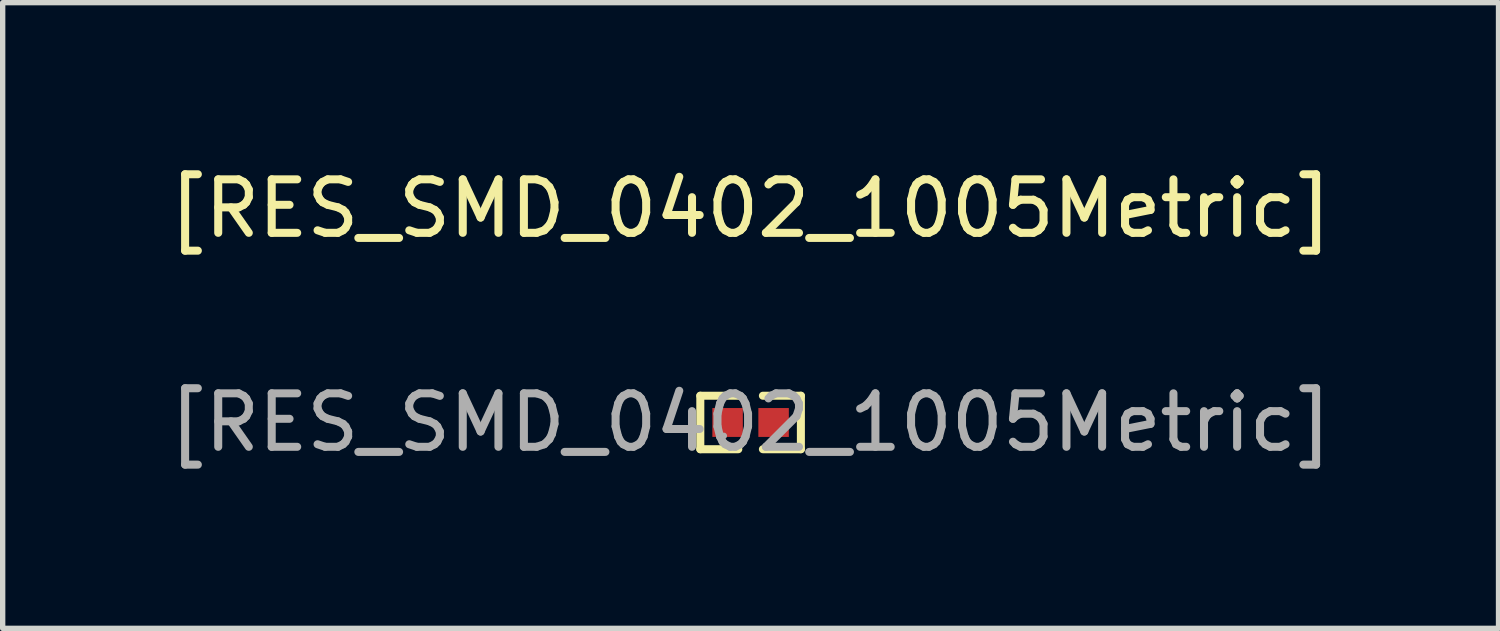
<source format=kicad_pcb>
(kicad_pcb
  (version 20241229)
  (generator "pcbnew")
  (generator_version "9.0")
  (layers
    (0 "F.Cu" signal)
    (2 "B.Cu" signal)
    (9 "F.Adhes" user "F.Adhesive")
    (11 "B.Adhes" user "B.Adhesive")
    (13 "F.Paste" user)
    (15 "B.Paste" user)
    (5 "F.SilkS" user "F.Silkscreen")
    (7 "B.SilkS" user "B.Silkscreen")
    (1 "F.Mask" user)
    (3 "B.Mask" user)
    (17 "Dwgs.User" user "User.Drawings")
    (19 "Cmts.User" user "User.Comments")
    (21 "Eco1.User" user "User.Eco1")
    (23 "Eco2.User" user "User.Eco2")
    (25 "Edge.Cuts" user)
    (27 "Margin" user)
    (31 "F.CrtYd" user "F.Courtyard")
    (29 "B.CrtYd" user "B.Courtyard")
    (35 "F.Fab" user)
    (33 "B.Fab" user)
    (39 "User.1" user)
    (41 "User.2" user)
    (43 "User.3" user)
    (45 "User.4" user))
  (footprint "[RES_SMD_0402_1005Metric]"
    (layer "F.Cu")
    (at 10.982 4.848)
    (property "Reference" "[RES_SMD_0402_1005Metric]" (at 0 -4 0) (layer "F.SilkS") (effects (font (size 1 1) (thickness 0.15))))
    (attr smd)
    (fp_line (start -0.94 -0.5) (end -0.23 -0.5) (stroke (width 0.15) (type solid)) (layer "F.SilkS"))
    (fp_line (start -0.94 0.5) (end -0.94 -0.5) (stroke (width 0.15) (type solid)) (layer "F.SilkS"))
    (fp_line (start -0.23 0.5) (end -0.94 0.5) (stroke (width 0.15) (type solid)) (layer "F.SilkS"))
    (fp_line (start 0.23 0.5) (end 0.94 0.5) (stroke (width 0.15) (type solid)) (layer "F.SilkS"))
    (fp_line (start 0.94 -0.5) (end 0.23 -0.5) (stroke (width 0.15) (type solid)) (layer "F.SilkS"))
    (fp_line (start 0.94 0.5) (end 0.94 -0.5) (stroke (width 0.15) (type solid)) (layer "F.SilkS"))
    (fp_circle (center -0.5 0.25) (end -0.47 0.25) (stroke (width 0.06) (type solid)) (fill no) (layer "F.Fab"))
    (fp_text user "${REFERENCE}" (at 0 0 0) (layer "F.Fab") (effects (font (size 1 1) (thickness 0.15))))
    (pad "1" smd rect (at -0.43 0) (size 0.57 0.54) (layers "F.Cu" "F.Mask" "F.Paste"))
    (pad "2" smd rect (at 0.43 0) (size 0.57 0.54) (layers "F.Cu" "F.Mask" "F.Paste")))
  (gr_rect
    (start -3 -3)
    (end 24.964 8.697)
    (stroke (width 0.1) (type default))
    (fill no)
    (layer "Edge.Cuts")))
</source>
